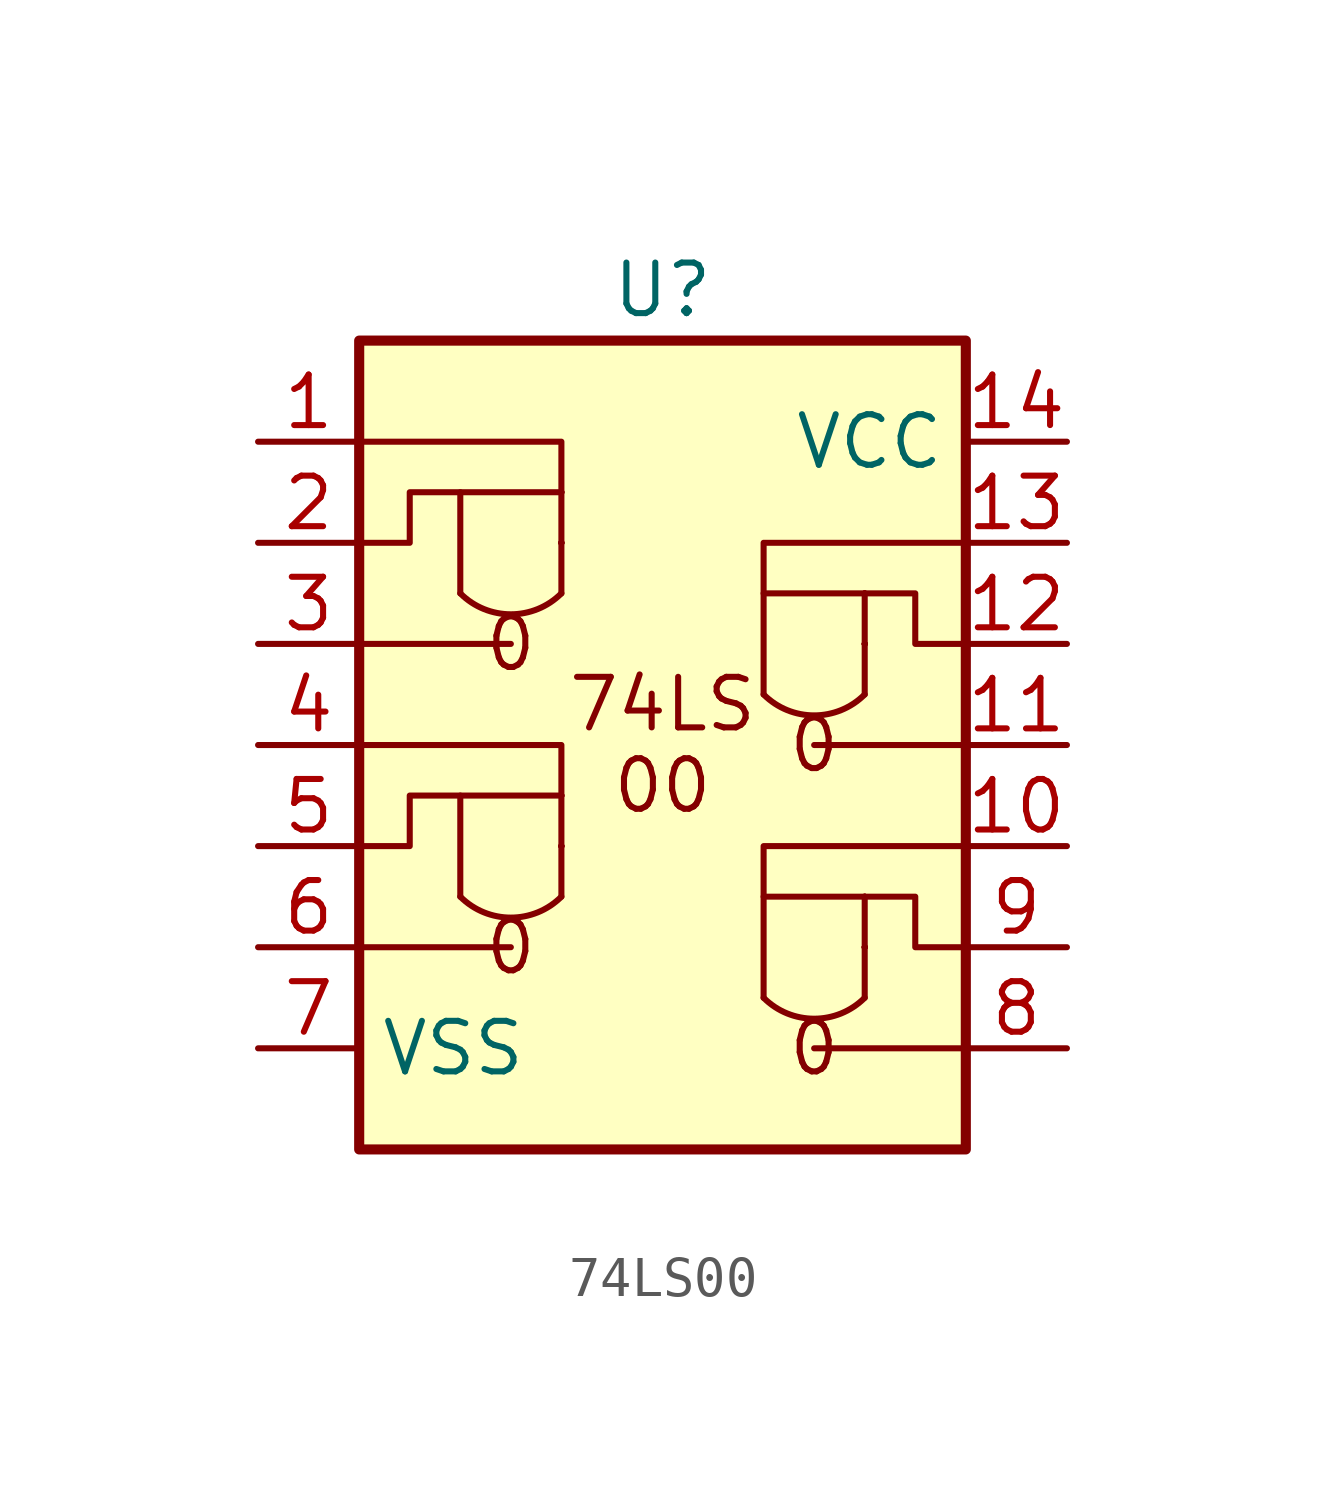
<source format=kicad_sym>
(kicad_symbol_lib
  (version 20220914)
  (generator kicad_symbol_editor)
  (symbol "74LS00"
    (property "Reference" "U"
      (at 0 11.43 0)
      (effects (font (size 1.27 1.27))))
    (property "Value" ""
      (at 0 0 0)
      (effects (font (size 1.27 1.27))))
    (symbol "74LS00_0_1"
      (rectangle (start -7.62 10.16) (end 7.62 -10.16) (stroke (width 0.254) (type default)) (fill (type background))))
    (symbol "74LS00_1_1"
      (arc (start -5.08 -3.8101) (mid -3.81 -4.3361) (end -2.54 -3.8101) (stroke (width 0) (type default)) (fill (type none)))
      (arc (start -5.08 3.8099) (mid -3.81 3.2839) (end -2.54 3.8099) (stroke (width 0) (type default)) (fill (type none)))
      (polyline (pts (xy -7.62 -5.08) (xy -3.81 -5.08)) (stroke (width 0) (type default)) (fill (type none)))
      (polyline (pts (xy -7.62 2.54) (xy -3.81 2.54)) (stroke (width 0) (type default)) (fill (type none)))
      (polyline (pts (xy -2.54 -2.54) (xy -2.54 -2.54)) (stroke (width 0) (type default)) (fill (type none)))
      (polyline (pts (xy -2.54 -2.54) (xy -2.54 -2.54)) (stroke (width 0) (type default)) (fill (type none)))
      (polyline (pts (xy -2.54 -2.54) (xy -2.54 -2.54)) (stroke (width 0) (type default)) (fill (type none)))
      (polyline (pts (xy -2.54 -2.54) (xy -2.54 -2.54)) (stroke (width 0) (type default)) (fill (type none)))
      (polyline (pts (xy -2.54 -1.27) (xy -2.54 -1.27)) (stroke (width 0) (type default)) (fill (type none)))
      (polyline (pts (xy -2.54 -1.27) (xy -2.54 -1.27)) (stroke (width 0) (type default)) (fill (type none)))
      (polyline (pts (xy -2.54 5.08) (xy -2.54 5.08)) (stroke (width 0) (type default)) (fill (type none)))
      (polyline (pts (xy -2.54 5.08) (xy -2.54 5.08)) (stroke (width 0) (type default)) (fill (type none)))
      (polyline (pts (xy -2.54 5.08) (xy -2.54 5.08)) (stroke (width 0) (type default)) (fill (type none)))
      (polyline (pts (xy -2.54 5.08) (xy -2.54 5.08)) (stroke (width 0) (type default)) (fill (type none)))
      (polyline (pts (xy -2.54 6.35) (xy -2.54 6.35)) (stroke (width 0) (type default)) (fill (type none)))
      (polyline (pts (xy -2.54 6.35) (xy -2.54 6.35)) (stroke (width 0) (type default)) (fill (type none)))
      (polyline (pts (xy 5.08 -5.08) (xy 5.08 -5.08)) (stroke (width 0) (type default)) (fill (type none)))
      (polyline (pts (xy 5.08 -5.08) (xy 5.08 -5.08)) (stroke (width 0) (type default)) (fill (type none)))
      (polyline (pts (xy 5.08 -5.08) (xy 5.08 -5.08)) (stroke (width 0) (type default)) (fill (type none)))
      (polyline (pts (xy 5.08 -5.08) (xy 5.08 -5.08)) (stroke (width 0) (type default)) (fill (type none)))
      (polyline (pts (xy 5.08 -3.81) (xy 5.08 -3.81)) (stroke (width 0) (type default)) (fill (type none)))
      (polyline (pts (xy 5.08 -3.81) (xy 5.08 -3.81)) (stroke (width 0) (type default)) (fill (type none)))
      (polyline (pts (xy 5.08 2.54) (xy 5.08 2.54)) (stroke (width 0) (type default)) (fill (type none)))
      (polyline (pts (xy 5.08 2.54) (xy 5.08 2.54)) (stroke (width 0) (type default)) (fill (type none)))
      (polyline (pts (xy 5.08 2.54) (xy 5.08 2.54)) (stroke (width 0) (type default)) (fill (type none)))
      (polyline (pts (xy 5.08 2.54) (xy 5.08 2.54)) (stroke (width 0) (type default)) (fill (type none)))
      (polyline (pts (xy 5.08 3.81) (xy 5.08 3.81)) (stroke (width 0) (type default)) (fill (type none)))
      (polyline (pts (xy 5.08 3.81) (xy 5.08 3.81)) (stroke (width 0) (type default)) (fill (type none)))
      (polyline (pts (xy 7.62 -7.62) (xy 3.81 -7.62)) (stroke (width 0) (type default)) (fill (type none)))
      (polyline (pts (xy 7.62 0) (xy 3.81 0)) (stroke (width 0) (type default)) (fill (type none)))
      (polyline (pts (xy -2.54 -1.27) (xy -2.54 0) (xy -7.62 0)) (stroke (width 0) (type default)) (fill (type none)))
      (polyline (pts (xy -2.54 6.35) (xy -2.54 7.62) (xy -7.62 7.62)) (stroke (width 0) (type default)) (fill (type none)))
      (polyline (pts (xy 7.62 -2.54) (xy 2.54 -2.54) (xy 2.54 -3.81)) (stroke (width 0) (type default)) (fill (type none)))
      (polyline (pts (xy 7.62 5.08) (xy 2.54 5.08) (xy 2.54 3.81)) (stroke (width 0) (type default)) (fill (type none)))
      (polyline (pts (xy -5.08 -1.27) (xy -6.35 -1.27) (xy -6.35 -2.54) (xy -7.62 -2.54)) (stroke (width 0) (type default)) (fill (type none)))
      (polyline (pts (xy -5.08 6.35) (xy -6.35 6.35) (xy -6.35 5.08) (xy -7.62 5.08)) (stroke (width 0) (type default)) (fill (type none)))
      (polyline (pts (xy -2.54 -3.81) (xy -2.54 -1.27) (xy -5.08 -1.27) (xy -5.08 -3.81)) (stroke (width 0) (type default)) (fill (type none)))
      (polyline (pts (xy -2.54 3.81) (xy -2.54 6.35) (xy -5.08 6.35) (xy -5.08 3.81)) (stroke (width 0) (type default)) (fill (type none)))
      (polyline (pts (xy 5.08 -6.35) (xy 5.08 -3.81) (xy 2.54 -3.81) (xy 2.54 -6.35)) (stroke (width 0) (type default)) (fill (type none)))
      (polyline (pts (xy 5.08 1.27) (xy 5.08 3.81) (xy 2.54 3.81) (xy 2.54 1.27)) (stroke (width 0) (type default)) (fill (type none)))
      (polyline (pts (xy 7.62 -5.08) (xy 6.35 -5.08) (xy 6.35 -3.81) (xy 5.08 -3.81)) (stroke (width 0) (type default)) (fill (type none)))
      (polyline (pts (xy 7.62 2.54) (xy 6.35 2.54) (xy 6.35 3.81) (xy 5.08 3.81)) (stroke (width 0) (type default)) (fill (type none)))
      (arc (start 2.54 -6.3501) (mid 3.81 -6.8761) (end 5.08 -6.3501) (stroke (width 0) (type default)) (fill (type none)))
      (arc (start 2.54 1.2699) (mid 3.81 0.7439) (end 5.08 1.2699) (stroke (width 0) (type default)) (fill (type none)))
      (text "0" (at -3.81 -5.08 0) (effects (font (size 1.27 1.27))))
      (text "0" (at -3.81 2.54 0) (effects (font (size 1.27 1.27))))
      (text "0" (at 3.81 -7.62 0) (effects (font (size 1.27 1.27))))
      (text "0" (at 3.81 0 0) (effects (font (size 1.27 1.27))))
      (text "74LS\n00" (at 0 0 0) (effects (font (size 1.27 1.27))))
      (pin input line (at -10.16 7.62 0) (length 2.54) (name "" (effects (font (size 1.27 1.27)))) (number "1" (effects (font (size 1.27 1.27)))))
      (pin input line (at 10.16 -2.54 180) (length 2.54) (name "" (effects (font (size 1.27 1.27)))) (number "10" (effects (font (size 1.27 1.27)))))
      (pin input line (at 10.16 0 180) (length 2.54) (name "" (effects (font (size 1.27 1.27)))) (number "11" (effects (font (size 1.27 1.27)))))
      (pin input line (at 10.16 2.54 180) (length 2.54) (name "" (effects (font (size 1.27 1.27)))) (number "12" (effects (font (size 1.27 1.27)))))
      (pin input line (at 10.16 5.08 180) (length 2.54) (name "" (effects (font (size 1.27 1.27)))) (number "13" (effects (font (size 1.27 1.27)))))
      (pin power_in line (at 10.16 7.62 180) (length 2.54) (name "VCC" (effects (font (size 1.27 1.27)))) (number "14" (effects (font (size 1.27 1.27)))))
      (pin input line (at -10.16 5.08 0) (length 2.54) (name "" (effects (font (size 1.27 1.27)))) (number "2" (effects (font (size 1.27 1.27)))))
      (pin input line (at -10.16 2.54 0) (length 2.54) (name "" (effects (font (size 1.27 1.27)))) (number "3" (effects (font (size 1.27 1.27)))))
      (pin input line (at -10.16 0 0) (length 2.54) (name "" (effects (font (size 1.27 1.27)))) (number "4" (effects (font (size 1.27 1.27)))))
      (pin input line (at -10.16 -2.54 0) (length 2.54) (name "" (effects (font (size 1.27 1.27)))) (number "5" (effects (font (size 1.27 1.27)))))
      (pin input line (at -10.16 -5.08 0) (length 2.54) (name "" (effects (font (size 1.27 1.27)))) (number "6" (effects (font (size 1.27 1.27)))))
      (pin power_in line (at -10.16 -7.62 0) (length 2.54) (name "VSS" (effects (font (size 1.27 1.27)))) (number "7" (effects (font (size 1.27 1.27)))))
      (pin input line (at 10.16 -7.62 180) (length 2.54) (name "" (effects (font (size 1.27 1.27)))) (number "8" (effects (font (size 1.27 1.27)))))
      (pin input line (at 10.16 -5.08 180) (length 2.54) (name "" (effects (font (size 1.27 1.27)))) (number "9" (effects (font (size 1.27 1.27))))))))
</source>
